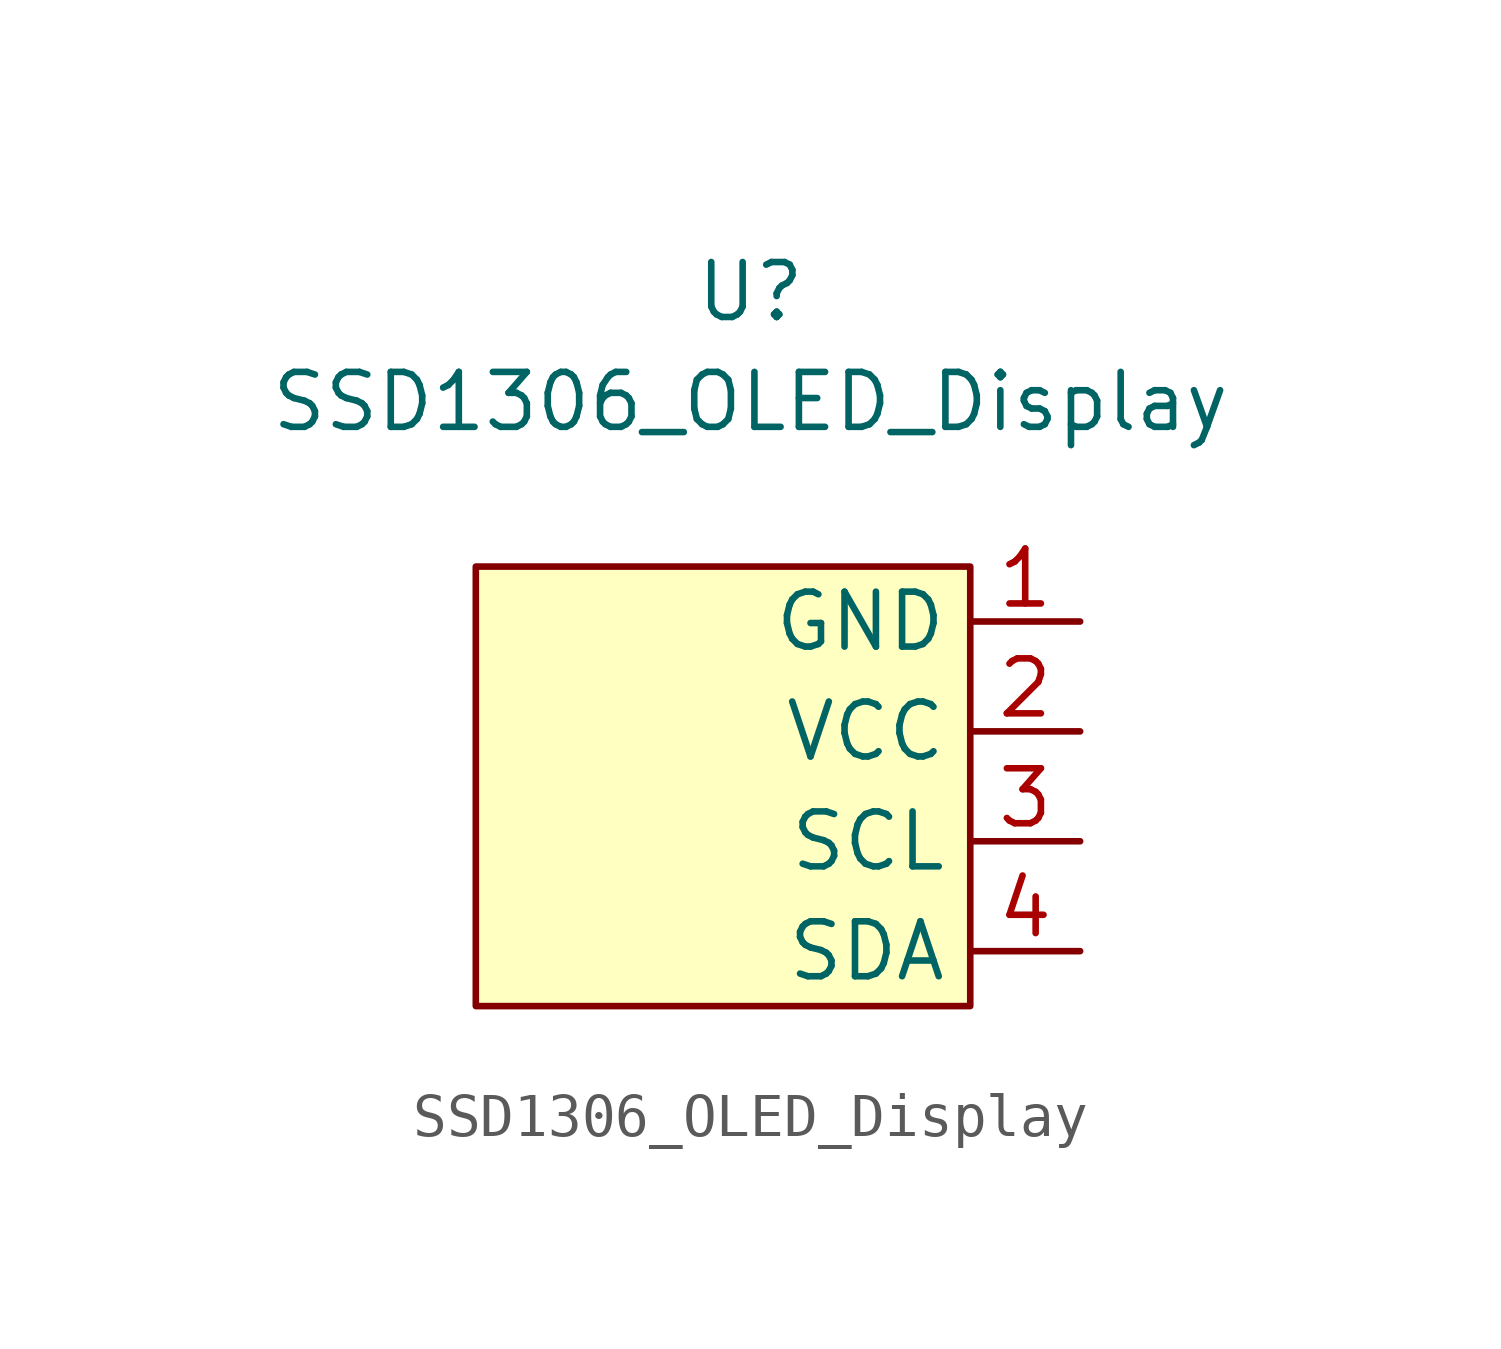
<source format=kicad_sym>
(kicad_symbol_lib
  (version 20211014)
  (generator kicad_symbol_editor)
  (symbol "SSD1306_OLED_Display"
    (property "Reference" "U"
      (at 0 11.43 0)
      (effects (font (size 1.27 1.27))))
    (property "Value" "SSD1306_OLED_Display"
      (at 0 8.89 0)
      (effects (font (size 1.27 1.27))))
    (symbol "SSD1306_OLED_Display_0_1"
      (rectangle (start -6.35 5.08) (end 5.08 -5.08) (stroke (width 0) (type default) (color 0 0 0 0)) (fill (type background))))
    (symbol "SSD1306_OLED_Display_1_1"
      (pin power_in line (at 7.62 3.81 180) (length 2.54) (name "GND" (effects (font (size 1.27 1.27)))) (number "1" (effects (font (size 1.27 1.27)))))
      (pin power_in line (at 7.62 1.27 180) (length 2.54) (name "VCC" (effects (font (size 1.27 1.27)))) (number "2" (effects (font (size 1.27 1.27)))))
      (pin bidirectional line (at 7.62 -1.27 180) (length 2.54) (name "SCL" (effects (font (size 1.27 1.27)))) (number "3" (effects (font (size 1.27 1.27)))))
      (pin bidirectional line (at 7.62 -3.81 180) (length 2.54) (name "SDA" (effects (font (size 1.27 1.27)))) (number "4" (effects (font (size 1.27 1.27))))))))
</source>
